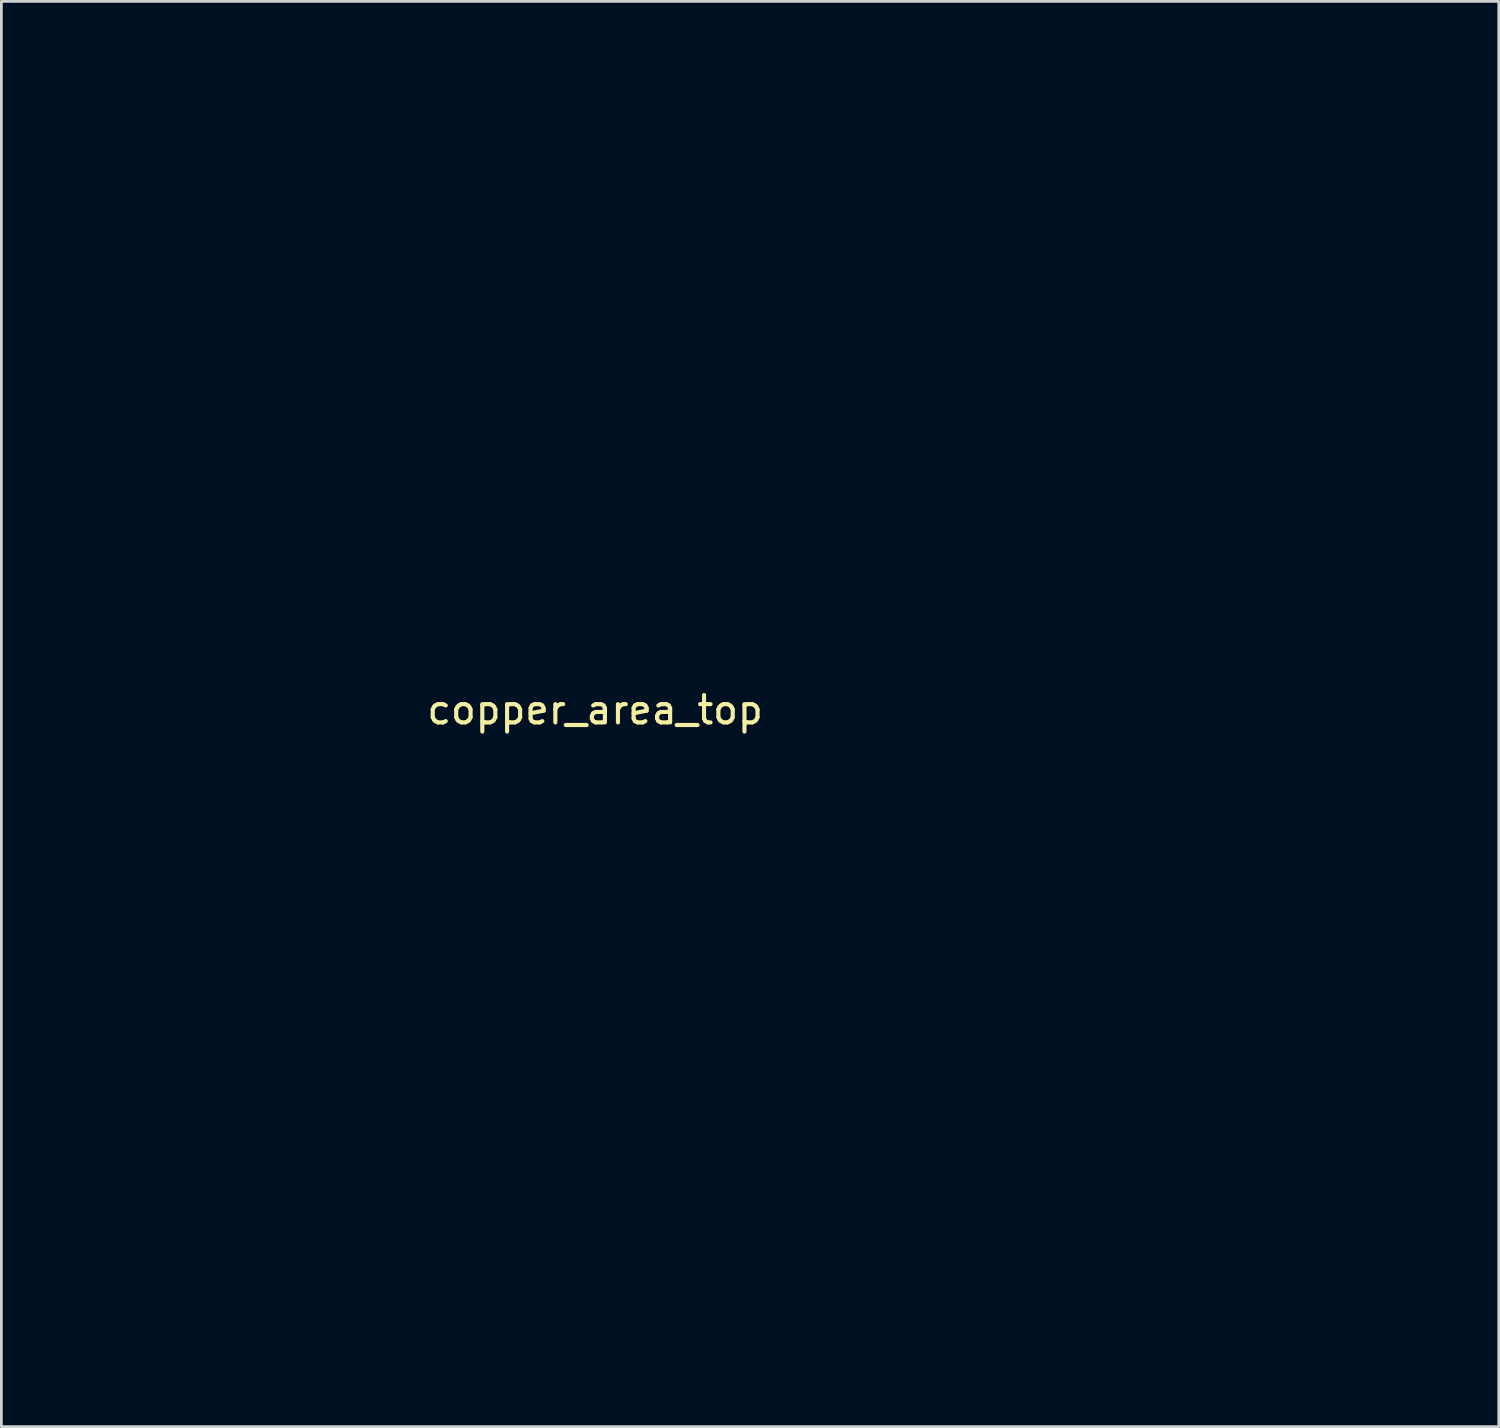
<source format=kicad_pcb>
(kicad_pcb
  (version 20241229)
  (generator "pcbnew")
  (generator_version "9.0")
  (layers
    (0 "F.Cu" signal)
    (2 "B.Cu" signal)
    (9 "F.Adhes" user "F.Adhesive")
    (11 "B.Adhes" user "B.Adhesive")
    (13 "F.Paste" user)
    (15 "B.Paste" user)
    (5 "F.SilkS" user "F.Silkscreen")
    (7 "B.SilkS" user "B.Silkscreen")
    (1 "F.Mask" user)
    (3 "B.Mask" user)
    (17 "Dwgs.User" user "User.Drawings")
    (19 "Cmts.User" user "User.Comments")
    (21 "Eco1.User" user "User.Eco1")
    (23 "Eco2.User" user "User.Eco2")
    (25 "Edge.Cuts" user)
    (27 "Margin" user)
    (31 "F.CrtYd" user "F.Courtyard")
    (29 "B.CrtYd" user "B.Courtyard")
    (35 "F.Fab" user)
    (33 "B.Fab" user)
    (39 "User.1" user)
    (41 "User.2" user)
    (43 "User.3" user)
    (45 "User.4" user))
  (footprint "copper_area_top"
    (layer "F.Cu")
    (at 18.677 22.369)
    (property "Reference" "copper_area_top" (at 0 0.5 0) (layer "F.SilkS") (effects (font (size 1 1) (thickness 0.15))))
    (attr through_hole)
    (fp_line (start -18.578 -5.929) (end -18.517 -8.046) (stroke (width 0.2) (type solid)) (layer "F.Mask"))
    (fp_line (start -18.578 -5.922) (end -18.577 -5.926) (stroke (width 0.2) (type solid)) (layer "F.Mask"))
    (fp_line (start -18.577 -5.926) (end -18.578 -5.929) (stroke (width 0.2) (type solid)) (layer "F.Mask"))
    (fp_line (start -18.517 -8.046) (end -18.516 -8.05) (stroke (width 0.2) (type solid)) (layer "F.Mask"))
    (fp_line (start -18.516 -8.053) (end -18.304 -10.16) (stroke (width 0.2) (type solid)) (layer "F.Mask"))
    (fp_line (start -18.516 -8.05) (end -18.516 -8.053) (stroke (width 0.2) (type solid)) (layer "F.Mask"))
    (fp_line (start -18.487 -3.806) (end -18.578 -5.922) (stroke (width 0.2) (type solid)) (layer "F.Mask"))
    (fp_line (start -18.486 -3.799) (end -18.486 -3.803) (stroke (width 0.2) (type solid)) (layer "F.Mask"))
    (fp_line (start -18.486 -3.803) (end -18.487 -3.806) (stroke (width 0.2) (type solid)) (layer "F.Mask"))
    (fp_line (start -18.304 -10.16) (end -18.303 -10.164) (stroke (width 0.2) (type solid)) (layer "F.Mask"))
    (fp_line (start -18.303 -10.167) (end -17.941 -12.254) (stroke (width 0.2) (type solid)) (layer "F.Mask"))
    (fp_line (start -18.303 -10.164) (end -18.303 -10.167) (stroke (width 0.2) (type solid)) (layer "F.Mask"))
    (fp_line (start -18.245 -1.695) (end -18.486 -3.799) (stroke (width 0.2) (type solid)) (layer "F.Mask"))
    (fp_line (start -18.244 -1.692) (end -18.245 -1.695) (stroke (width 0.2) (type solid)) (layer "F.Mask"))
    (fp_line (start -18.244 -1.688) (end -18.244 -1.692) (stroke (width 0.2) (type solid)) (layer "F.Mask"))
    (fp_line (start -17.941 -12.254) (end -17.939 -12.257) (stroke (width 0.2) (type solid)) (layer "F.Mask"))
    (fp_line (start -17.939 -12.257) (end -17.939 -12.261) (stroke (width 0.2) (type solid)) (layer "F.Mask"))
    (fp_line (start -17.939 -12.261) (end -17.429 -14.316) (stroke (width 0.2) (type solid)) (layer "F.Mask"))
    (fp_line (start -17.852 0.393) (end -18.244 -1.688) (stroke (width 0.2) (type solid)) (layer "F.Mask"))
    (fp_line (start -17.851 0.396) (end -17.852 0.393) (stroke (width 0.2) (type solid)) (layer "F.Mask"))
    (fp_line (start -17.851 0.4) (end -17.851 0.396) (stroke (width 0.2) (type solid)) (layer "F.Mask"))
    (fp_line (start -17.429 -14.316) (end -17.427 -14.319) (stroke (width 0.2) (type solid)) (layer "F.Mask"))
    (fp_line (start -17.427 -14.319) (end -17.427 -14.323) (stroke (width 0.2) (type solid)) (layer "F.Mask"))
    (fp_line (start -17.427 -14.323) (end -16.771 -16.336) (stroke (width 0.2) (type solid)) (layer "F.Mask"))
    (fp_line (start -17.312 2.448) (end -17.851 0.4) (stroke (width 0.2) (type solid)) (layer "F.Mask"))
    (fp_line (start -17.31 2.451) (end -17.312 2.448) (stroke (width 0.2) (type solid)) (layer "F.Mask"))
    (fp_line (start -17.31 2.455) (end -17.31 2.451) (stroke (width 0.2) (type solid)) (layer "F.Mask"))
    (fp_line (start -16.771 -16.336) (end -16.769 -16.34) (stroke (width 0.2) (type solid)) (layer "F.Mask"))
    (fp_line (start -16.769 -16.34) (end -16.768 -16.343) (stroke (width 0.2) (type solid)) (layer "F.Mask"))
    (fp_line (start -16.768 -16.343) (end -15.97 -18.304) (stroke (width 0.2) (type solid)) (layer "F.Mask"))
    (fp_line (start -16.625 4.459) (end -17.31 2.455) (stroke (width 0.2) (type solid)) (layer "F.Mask"))
    (fp_line (start -16.624 4.462) (end -16.625 4.459) (stroke (width 0.2) (type solid)) (layer "F.Mask"))
    (fp_line (start -16.623 4.465) (end -16.624 4.462) (stroke (width 0.2) (type solid)) (layer "F.Mask"))
    (fp_line (start -16.14 5.606) (end -16.623 4.465) (stroke (width 0.2) (type solid)) (layer "F.Mask"))
    (fp_line (start -16.14 5.606) (end -16.14 5.606) (stroke (width 0.2) (type solid)) (layer "F.Mask"))
    (fp_line (start -15.97 -18.304) (end -15.968 -18.308) (stroke (width 0.2) (type solid)) (layer "F.Mask"))
    (fp_line (start -15.968 -18.308) (end -15.967 -18.311) (stroke (width 0.2) (type solid)) (layer "F.Mask"))
    (fp_line (start -15.967 -18.311) (end -15.03 -20.21) (stroke (width 0.2) (type solid)) (layer "F.Mask"))
    (fp_line (start -15.797 6.415) (end -16.14 5.606) (stroke (width 0.2) (type solid)) (layer "F.Mask"))
    (fp_line (start -15.795 6.419) (end -15.797 6.415) (stroke (width 0.2) (type solid)) (layer "F.Mask"))
    (fp_line (start -15.794 6.422) (end -15.795 6.419) (stroke (width 0.2) (type solid)) (layer "F.Mask"))
    (fp_line (start -15.03 -20.21) (end -15.028 -20.213) (stroke (width 0.2) (type solid)) (layer "F.Mask"))
    (fp_line (start -15.028 -20.213) (end -15.027 -20.216) (stroke (width 0.2) (type solid)) (layer "F.Mask"))
    (fp_line (start -15.027 -20.216) (end -13.957 -22.044) (stroke (width 0.2) (type solid)) (layer "F.Mask"))
    (fp_line (start -14.831 8.308) (end -15.794 6.422) (stroke (width 0.2) (type solid)) (layer "F.Mask"))
    (fp_line (start -14.829 8.311) (end -14.831 8.308) (stroke (width 0.2) (type solid)) (layer "F.Mask"))
    (fp_line (start -14.828 8.314) (end -14.829 8.311) (stroke (width 0.2) (type solid)) (layer "F.Mask"))
    (fp_line (start -14.63 8.642) (end -14.828 8.314) (stroke (width 0.2) (type solid)) (layer "F.Mask"))
    (fp_line (start -14.63 8.642) (end -14.63 8.642) (stroke (width 0.2) (type solid)) (layer "F.Mask"))
    (fp_line (start -13.957 -22.044) (end -13.954 -22.047) (stroke (width 0.2) (type solid)) (layer "F.Mask"))
    (fp_line (start -13.954 -22.047) (end -13.953 -22.05) (stroke (width 0.2) (type solid)) (layer "F.Mask"))
    (fp_line (start -13.953 -22.05) (end -13.832 -22.226) (stroke (width 0.2) (type solid)) (layer "F.Mask"))
    (fp_line (start -13.832 -22.226) (end -13.825 -22.233) (stroke (width 0.2) (type solid)) (layer "F.Mask"))
    (fp_line (start -13.825 -22.233) (end -13.818 -22.242) (stroke (width 0.2) (type solid)) (layer "F.Mask"))
    (fp_line (start -13.818 -22.242) (end -13.813 -22.246) (stroke (width 0.2) (type solid)) (layer "F.Mask"))
    (fp_line (start -13.813 -22.246) (end -13.808 -22.25) (stroke (width 0.2) (type solid)) (layer "F.Mask"))
    (fp_line (start -13.808 -22.25) (end -13.798 -22.255) (stroke (width 0.2) (type solid)) (layer "F.Mask"))
    (fp_line (start -13.798 -22.255) (end -13.789 -22.261) (stroke (width 0.2) (type solid)) (layer "F.Mask"))
    (fp_line (start -13.789 -22.261) (end -13.783 -22.262) (stroke (width 0.2) (type solid)) (layer "F.Mask"))
    (fp_line (start -13.783 -22.262) (end -13.777 -22.265) (stroke (width 0.2) (type solid)) (layer "F.Mask"))
    (fp_line (start -13.777 -22.265) (end -13.766 -22.266) (stroke (width 0.2) (type solid)) (layer "F.Mask"))
    (fp_line (start -13.766 -22.266) (end -13.755 -22.269) (stroke (width 0.2) (type solid)) (layer "F.Mask"))
    (fp_line (start -13.755 -22.269) (end -13.749 -22.268) (stroke (width 0.2) (type solid)) (layer "F.Mask"))
    (fp_line (start -13.749 -22.268) (end -13.742 -22.269) (stroke (width 0.2) (type solid)) (layer "F.Mask"))
    (fp_line (start -13.742 -22.269) (end -13.732 -22.266) (stroke (width 0.2) (type solid)) (layer "F.Mask"))
    (fp_line (start -13.732 10.127) (end -14.63 8.642) (stroke (width 0.2) (type solid)) (layer "F.Mask"))
    (fp_line (start -13.732 -22.266) (end -13.721 -22.265) (stroke (width 0.2) (type solid)) (layer "F.Mask"))
    (fp_line (start -13.73 10.129) (end -13.732 10.127) (stroke (width 0.2) (type solid)) (layer "F.Mask"))
    (fp_line (start -13.728 10.133) (end -13.73 10.129) (stroke (width 0.2) (type solid)) (layer "F.Mask"))
    (fp_line (start -13.721 -22.265) (end 16.051 -13.115) (stroke (width 0.2) (type solid)) (layer "F.Mask"))
    (fp_line (start -13.717 10.148) (end -13.728 10.133) (stroke (width 0.2) (type solid)) (layer "F.Mask"))
    (fp_line (start -12.506 11.862) (end -13.717 10.148) (stroke (width 0.2) (type solid)) (layer "F.Mask"))
    (fp_line (start -12.503 11.865) (end -12.506 11.862) (stroke (width 0.2) (type solid)) (layer "F.Mask"))
    (fp_line (start -12.502 11.868) (end -12.503 11.865) (stroke (width 0.2) (type solid)) (layer "F.Mask"))
    (fp_line (start -11.159 13.505) (end -12.502 11.868) (stroke (width 0.2) (type solid)) (layer "F.Mask"))
    (fp_line (start -11.156 13.508) (end -11.159 13.505) (stroke (width 0.2) (type solid)) (layer "F.Mask"))
    (fp_line (start -11.154 13.511) (end -11.156 13.508) (stroke (width 0.2) (type solid)) (layer "F.Mask"))
    (fp_line (start -9.698 15.048) (end -11.154 13.511) (stroke (width 0.2) (type solid)) (layer "F.Mask"))
    (fp_line (start -9.695 15.05) (end -9.698 15.048) (stroke (width 0.2) (type solid)) (layer "F.Mask"))
    (fp_line (start -9.693 15.053) (end -9.695 15.05) (stroke (width 0.2) (type solid)) (layer "F.Mask"))
    (fp_line (start -8.13 16.482) (end -9.693 15.053) (stroke (width 0.2) (type solid)) (layer "F.Mask"))
    (fp_line (start -8.127 16.484) (end -8.13 16.482) (stroke (width 0.2) (type solid)) (layer "F.Mask"))
    (fp_line (start -8.125 16.487) (end -8.127 16.484) (stroke (width 0.2) (type solid)) (layer "F.Mask"))
    (fp_line (start -6.464 17.801) (end -8.125 16.487) (stroke (width 0.2) (type solid)) (layer "F.Mask"))
    (fp_line (start -6.461 17.803) (end -6.464 17.801) (stroke (width 0.2) (type solid)) (layer "F.Mask"))
    (fp_line (start -6.458 17.805) (end -6.461 17.803) (stroke (width 0.2) (type solid)) (layer "F.Mask"))
    (fp_line (start -6.246 17.95) (end -6.458 17.805) (stroke (width 0.2) (type solid)) (layer "F.Mask"))
    (fp_line (start -6.246 17.95) (end -6.246 17.95) (stroke (width 0.2) (type solid)) (layer "F.Mask"))
    (fp_line (start -4.708 18.997) (end -6.246 17.95) (stroke (width 0.2) (type solid)) (layer "F.Mask"))
    (fp_line (start -4.704 18.998) (end -4.708 18.997) (stroke (width 0.2) (type solid)) (layer "F.Mask"))
    (fp_line (start -4.702 19.001) (end -4.704 18.998) (stroke (width 0.2) (type solid)) (layer "F.Mask"))
    (fp_line (start -2.87 20.064) (end -4.702 19.001) (stroke (width 0.2) (type solid)) (layer "F.Mask"))
    (fp_line (start -2.867 20.066) (end -2.87 20.064) (stroke (width 0.2) (type solid)) (layer "F.Mask"))
    (fp_line (start -2.864 20.068) (end -2.867 20.066) (stroke (width 0.2) (type solid)) (layer "F.Mask"))
    (fp_line (start -0.962 20.998) (end -2.864 20.068) (stroke (width 0.2) (type solid)) (layer "F.Mask"))
    (fp_line (start -0.958 20.999) (end -0.962 20.998) (stroke (width 0.2) (type solid)) (layer "F.Mask"))
    (fp_line (start -0.955 21.001) (end -0.958 20.999) (stroke (width 0.2) (type solid)) (layer "F.Mask"))
    (fp_line (start 1.009 21.792) (end -0.955 21.001) (stroke (width 0.2) (type solid)) (layer "F.Mask"))
    (fp_line (start 1.013 21.793) (end 1.009 21.792) (stroke (width 0.2) (type solid)) (layer "F.Mask"))
    (fp_line (start 1.016 21.795) (end 1.013 21.793) (stroke (width 0.2) (type solid)) (layer "F.Mask"))
    (fp_line (start 3.032 22.444) (end 1.016 21.795) (stroke (width 0.2) (type solid)) (layer "F.Mask"))
    (fp_line (start 3.035 22.444) (end 3.032 22.444) (stroke (width 0.2) (type solid)) (layer "F.Mask"))
    (fp_line (start 3.038 22.446) (end 3.035 22.444) (stroke (width 0.2) (type solid)) (layer "F.Mask"))
    (fp_line (start 5.095 22.949) (end 3.038 22.446) (stroke (width 0.2) (type solid)) (layer "F.Mask"))
    (fp_line (start 5.099 22.949) (end 5.095 22.949) (stroke (width 0.2) (type solid)) (layer "F.Mask"))
    (fp_line (start 5.102 22.951) (end 5.099 22.949) (stroke (width 0.2) (type solid)) (layer "F.Mask"))
    (fp_line (start 7.19 23.306) (end 5.102 22.951) (stroke (width 0.2) (type solid)) (layer "F.Mask"))
    (fp_line (start 7.194 23.306) (end 7.19 23.306) (stroke (width 0.2) (type solid)) (layer "F.Mask"))
    (fp_line (start 7.197 23.307) (end 7.194 23.306) (stroke (width 0.2) (type solid)) (layer "F.Mask"))
    (fp_line (start 9.305 23.511) (end 7.197 23.307) (stroke (width 0.2) (type solid)) (layer "F.Mask"))
    (fp_line (start 9.309 23.511) (end 9.305 23.511) (stroke (width 0.2) (type solid)) (layer "F.Mask"))
    (fp_line (start 9.312 23.512) (end 9.309 23.511) (stroke (width 0.2) (type solid)) (layer "F.Mask"))
    (fp_line (start 11.429 23.565) (end 9.312 23.512) (stroke (width 0.2) (type solid)) (layer "F.Mask"))
    (fp_line (start 11.433 23.565) (end 11.429 23.565) (stroke (width 0.2) (type solid)) (layer "F.Mask"))
    (fp_line (start 11.437 23.565) (end 11.433 23.565) (stroke (width 0.2) (type solid)) (layer "F.Mask"))
    (fp_line (start 13.552 23.467) (end 11.437 23.565) (stroke (width 0.2) (type solid)) (layer "F.Mask"))
    (fp_line (start 13.556 23.467) (end 13.552 23.467) (stroke (width 0.2) (type solid)) (layer "F.Mask"))
    (fp_line (start 13.559 23.467) (end 13.556 23.467) (stroke (width 0.2) (type solid)) (layer "F.Mask"))
    (fp_line (start 15.623 5.956) (end 15.624 5.965) (stroke (width 0.2) (type solid)) (layer "F.Mask"))
    (fp_line (start 15.624 5.965) (end 15.632 5.967) (stroke (width 0.2) (type solid)) (layer "F.Mask"))
    (fp_line (start 15.632 5.967) (end 18.616 5.967) (stroke (width 0.2) (type solid)) (layer "F.Mask"))
    (fp_line (start 15.662 23.218) (end 13.559 23.467) (stroke (width 0.2) (type solid)) (layer "F.Mask"))
    (fp_line (start 15.666 23.217) (end 15.662 23.218) (stroke (width 0.2) (type solid)) (layer "F.Mask"))
    (fp_line (start 15.669 23.217) (end 15.666 23.217) (stroke (width 0.2) (type solid)) (layer "F.Mask"))
    (fp_line (start 16.051 -13.115) (end 16.061 -13.11) (stroke (width 0.2) (type solid)) (layer "F.Mask"))
    (fp_line (start 16.061 -13.11) (end 16.072 -13.106) (stroke (width 0.2) (type solid)) (layer "F.Mask"))
    (fp_line (start 16.072 -13.106) (end 16.077 -13.102) (stroke (width 0.2) (type solid)) (layer "F.Mask"))
    (fp_line (start 16.077 -13.102) (end 16.082 -13.099) (stroke (width 0.2) (type solid)) (layer "F.Mask"))
    (fp_line (start 16.082 -13.099) (end 16.09 -13.091) (stroke (width 0.2) (type solid)) (layer "F.Mask"))
    (fp_line (start 16.09 -13.091) (end 16.099 -13.084) (stroke (width 0.2) (type solid)) (layer "F.Mask"))
    (fp_line (start 16.099 -13.084) (end 16.102 -13.079) (stroke (width 0.2) (type solid)) (layer "F.Mask"))
    (fp_line (start 16.102 -13.079) (end 16.106 -13.074) (stroke (width 0.2) (type solid)) (layer "F.Mask"))
    (fp_line (start 16.106 -13.074) (end 16.11 -13.064) (stroke (width 0.2) (type solid)) (layer "F.Mask"))
    (fp_line (start 16.11 -13.064) (end 16.116 -13.054) (stroke (width 0.2) (type solid)) (layer "F.Mask"))
    (fp_line (start 16.116 -13.054) (end 16.117 -13.048) (stroke (width 0.2) (type solid)) (layer "F.Mask"))
    (fp_line (start 16.117 -13.048) (end 16.119 -13.042) (stroke (width 0.2) (type solid)) (layer "F.Mask"))
    (fp_line (start 16.119 -13.042) (end 16.12 -13.031) (stroke (width 0.2) (type solid)) (layer "F.Mask"))
    (fp_line (start 16.12 -13.031) (end 16.122 -13.02) (stroke (width 0.2) (type solid)) (layer "F.Mask"))
    (fp_line (start 16.122 -13.02) (end 16.122 -7.342) (stroke (width 0.2) (type solid)) (layer "F.Mask"))
    (fp_line (start 16.122 -7.342) (end 16.123 -7.335) (stroke (width 0.2) (type solid)) (layer "F.Mask"))
    (fp_line (start 16.122 -4.823) (end 15.623 5.956) (stroke (width 0.2) (type solid)) (layer "F.Mask"))
    (fp_line (start 16.123 -7.335) (end 16.132 -7.333) (stroke (width 0.2) (type solid)) (layer "F.Mask"))
    (fp_line (start 16.124 -4.832) (end 16.122 -4.823) (stroke (width 0.2) (type solid)) (layer "F.Mask"))
    (fp_line (start 16.124 -4.832) (end 16.124 -4.832) (stroke (width 0.2) (type solid)) (layer "F.Mask"))
    (fp_line (start 16.13 -4.833) (end 16.124 -4.832) (stroke (width 0.2) (type solid)) (layer "F.Mask"))
    (fp_line (start 16.132 -7.333) (end 18.768 -7.26) (stroke (width 0.2) (type solid)) (layer "F.Mask"))
    (fp_line (start 17.749 22.818) (end 15.669 23.217) (stroke (width 0.2) (type solid)) (layer "F.Mask"))
    (fp_line (start 17.752 22.817) (end 17.749 22.818) (stroke (width 0.2) (type solid)) (layer "F.Mask"))
    (fp_line (start 17.756 22.817) (end 17.752 22.817) (stroke (width 0.2) (type solid)) (layer "F.Mask"))
    (fp_line (start 18.616 5.967) (end 18.626 5.969) (stroke (width 0.2) (type solid)) (layer "F.Mask"))
    (fp_line (start 18.622 14.462) (end 18.622 14.462) (stroke (width 0.2) (type solid)) (layer "F.Mask"))
    (fp_line (start 18.622 14.462) (end 18.623 14.466) (stroke (width 0.2) (type solid)) (layer "F.Mask"))
    (fp_line (start 18.623 14.466) (end 18.632 14.469) (stroke (width 0.2) (type solid)) (layer "F.Mask"))
    (fp_line (start 18.626 5.969) (end 18.635 5.969) (stroke (width 0.2) (type solid)) (layer "F.Mask"))
    (fp_line (start 18.632 14.469) (end 29.809 16.718) (stroke (width 0.2) (type solid)) (layer "F.Mask"))
    (fp_line (start 18.635 5.969) (end 18.643 5.972) (stroke (width 0.2) (type solid)) (layer "F.Mask"))
    (fp_line (start 18.643 5.972) (end 18.651 5.973) (stroke (width 0.2) (type solid)) (layer "F.Mask"))
    (fp_line (start 18.651 5.973) (end 18.659 5.978) (stroke (width 0.2) (type solid)) (layer "F.Mask"))
    (fp_line (start 18.659 5.978) (end 18.667 5.981) (stroke (width 0.2) (type solid)) (layer "F.Mask"))
    (fp_line (start 18.667 5.981) (end 18.674 5.986) (stroke (width 0.2) (type solid)) (layer "F.Mask"))
    (fp_line (start 18.674 5.986) (end 18.681 5.99) (stroke (width 0.2) (type solid)) (layer "F.Mask"))
    (fp_line (start 18.681 5.99) (end 18.687 5.998) (stroke (width 0.2) (type solid)) (layer "F.Mask"))
    (fp_line (start 18.687 5.998) (end 18.694 6.004) (stroke (width 0.2) (type solid)) (layer "F.Mask"))
    (fp_line (start 18.694 6.004) (end 18.698 6.011) (stroke (width 0.2) (type solid)) (layer "F.Mask"))
    (fp_line (start 18.698 6.011) (end 18.703 6.017) (stroke (width 0.2) (type solid)) (layer "F.Mask"))
    (fp_line (start 18.703 6.017) (end 18.706 6.026) (stroke (width 0.2) (type solid)) (layer "F.Mask"))
    (fp_line (start 18.706 6.026) (end 18.711 6.034) (stroke (width 0.2) (type solid)) (layer "F.Mask"))
    (fp_line (start 18.711 6.034) (end 18.712 6.042) (stroke (width 0.2) (type solid)) (layer "F.Mask"))
    (fp_line (start 18.712 6.042) (end 18.715 6.05) (stroke (width 0.2) (type solid)) (layer "F.Mask"))
    (fp_line (start 18.715 6.05) (end 18.715 6.059) (stroke (width 0.2) (type solid)) (layer "F.Mask"))
    (fp_line (start 18.715 6.059) (end 18.716 6.068) (stroke (width 0.2) (type solid)) (layer "F.Mask"))
    (fp_line (start 18.716 6.068) (end 18.622 14.462) (stroke (width 0.2) (type solid)) (layer "F.Mask"))
    (fp_line (start 18.744 -4.923) (end 16.13 -4.833) (stroke (width 0.2) (type solid)) (layer "F.Mask"))
    (fp_line (start 18.751 -4.925) (end 18.744 -4.923) (stroke (width 0.2) (type solid)) (layer "F.Mask"))
    (fp_line (start 18.757 -4.925) (end 18.751 -4.925) (stroke (width 0.2) (type solid)) (layer "F.Mask"))
    (fp_line (start 18.768 -7.26) (end 18.776 -7.258) (stroke (width 0.2) (type solid)) (layer "F.Mask"))
    (fp_line (start 18.768 -4.928) (end 18.757 -4.925) (stroke (width 0.2) (type solid)) (layer "F.Mask"))
    (fp_line (start 18.776 -7.258) (end 18.783 -7.258) (stroke (width 0.2) (type solid)) (layer "F.Mask"))
    (fp_line (start 18.778 -4.931) (end 18.768 -4.928) (stroke (width 0.2) (type solid)) (layer "F.Mask"))
    (fp_line (start 18.783 -7.258) (end 18.792 -7.255) (stroke (width 0.2) (type solid)) (layer "F.Mask"))
    (fp_line (start 18.784 -4.934) (end 18.778 -4.931) (stroke (width 0.2) (type solid)) (layer "F.Mask"))
    (fp_line (start 18.79 -4.936) (end 18.784 -4.934) (stroke (width 0.2) (type solid)) (layer "F.Mask"))
    (fp_line (start 18.792 -7.255) (end 18.802 -7.253) (stroke (width 0.2) (type solid)) (layer "F.Mask"))
    (fp_line (start 18.799 -4.943) (end 18.79 -4.936) (stroke (width 0.2) (type solid)) (layer "F.Mask"))
    (fp_line (start 18.802 -7.253) (end 18.809 -7.248) (stroke (width 0.2) (type solid)) (layer "F.Mask"))
    (fp_line (start 18.808 -4.949) (end 18.799 -4.943) (stroke (width 0.2) (type solid)) (layer "F.Mask"))
    (fp_line (start 18.809 -7.248) (end 18.816 -7.246) (stroke (width 0.2) (type solid)) (layer "F.Mask"))
    (fp_line (start 18.812 -4.954) (end 18.808 -4.949) (stroke (width 0.2) (type solid)) (layer "F.Mask"))
    (fp_line (start 18.816 -7.246) (end 18.823 -7.239) (stroke (width 0.2) (type solid)) (layer "F.Mask"))
    (fp_line (start 18.817 -4.958) (end 18.812 -4.954) (stroke (width 0.2) (type solid)) (layer "F.Mask"))
    (fp_line (start 18.822 -4.968) (end 18.817 -4.958) (stroke (width 0.2) (type solid)) (layer "F.Mask"))
    (fp_line (start 18.823 -7.239) (end 18.831 -7.234) (stroke (width 0.2) (type solid)) (layer "F.Mask"))
    (fp_line (start 18.829 -4.976) (end 18.822 -4.968) (stroke (width 0.2) (type solid)) (layer "F.Mask"))
    (fp_line (start 18.831 -7.234) (end 18.836 -7.228) (stroke (width 0.2) (type solid)) (layer "F.Mask"))
    (fp_line (start 18.831 -4.983) (end 18.829 -4.976) (stroke (width 0.2) (type solid)) (layer "F.Mask"))
    (fp_line (start 18.835 -4.988) (end 18.831 -4.983) (stroke (width 0.2) (type solid)) (layer "F.Mask"))
    (fp_line (start 18.836 -7.228) (end 18.842 -7.223) (stroke (width 0.2) (type solid)) (layer "F.Mask"))
    (fp_line (start 18.837 -4.999) (end 18.835 -4.988) (stroke (width 0.2) (type solid)) (layer "F.Mask"))
    (fp_line (start 18.84 -5.016) (end 18.84 -5.009) (stroke (width 0.2) (type solid)) (layer "F.Mask"))
    (fp_line (start 18.84 -5.009) (end 18.837 -4.999) (stroke (width 0.2) (type solid)) (layer "F.Mask"))
    (fp_line (start 18.841 -5.022) (end 18.84 -5.016) (stroke (width 0.2) (type solid)) (layer "F.Mask"))
    (fp_line (start 18.842 -7.223) (end 18.847 -7.215) (stroke (width 0.2) (type solid)) (layer "F.Mask"))
    (fp_line (start 18.847 -7.215) (end 18.853 -7.207) (stroke (width 0.2) (type solid)) (layer "F.Mask"))
    (fp_line (start 18.853 -7.207) (end 18.855 -7.2) (stroke (width 0.2) (type solid)) (layer "F.Mask"))
    (fp_line (start 18.855 -7.2) (end 18.859 -7.193) (stroke (width 0.2) (type solid)) (layer "F.Mask"))
    (fp_line (start 18.859 -7.193) (end 18.861 -7.183) (stroke (width 0.2) (type solid)) (layer "F.Mask"))
    (fp_line (start 18.861 -7.183) (end 18.864 -7.174) (stroke (width 0.2) (type solid)) (layer "F.Mask"))
    (fp_line (start 18.864 -7.174) (end 18.864 -7.166) (stroke (width 0.2) (type solid)) (layer "F.Mask"))
    (fp_line (start 18.864 -7.166) (end 18.865 -7.158) (stroke (width 0.2) (type solid)) (layer "F.Mask"))
    (fp_line (start 18.865 -7.158) (end 18.841 -5.022) (stroke (width 0.2) (type solid)) (layer "F.Mask"))
    (fp_line (start 19.802 22.27) (end 17.756 22.817) (stroke (width 0.2) (type solid)) (layer "F.Mask"))
    (fp_line (start 19.805 22.269) (end 19.802 22.27) (stroke (width 0.2) (type solid)) (layer "F.Mask"))
    (fp_line (start 19.809 22.268) (end 19.805 22.269) (stroke (width 0.2) (type solid)) (layer "F.Mask"))
    (fp_line (start 21.811 21.577) (end 19.809 22.268) (stroke (width 0.2) (type solid)) (layer "F.Mask"))
    (fp_line (start 21.814 21.575) (end 21.811 21.577) (stroke (width 0.2) (type solid)) (layer "F.Mask"))
    (fp_line (start 21.817 21.574) (end 21.814 21.575) (stroke (width 0.2) (type solid)) (layer "F.Mask"))
    (fp_line (start 23.764 20.742) (end 21.817 21.574) (stroke (width 0.2) (type solid)) (layer "F.Mask"))
    (fp_line (start 23.767 20.74) (end 23.764 20.742) (stroke (width 0.2) (type solid)) (layer "F.Mask"))
    (fp_line (start 23.771 20.739) (end 23.767 20.74) (stroke (width 0.2) (type solid)) (layer "F.Mask"))
    (fp_line (start 25.654 19.769) (end 23.771 20.739) (stroke (width 0.2) (type solid)) (layer "F.Mask"))
    (fp_line (start 25.656 19.767) (end 25.654 19.769) (stroke (width 0.2) (type solid)) (layer "F.Mask"))
    (fp_line (start 25.66 19.766) (end 25.656 19.767) (stroke (width 0.2) (type solid)) (layer "F.Mask"))
    (fp_line (start 27.468 18.664) (end 25.66 19.766) (stroke (width 0.2) (type solid)) (layer "F.Mask"))
    (fp_line (start 27.471 18.662) (end 27.468 18.664) (stroke (width 0.2) (type solid)) (layer "F.Mask"))
    (fp_line (start 27.474 18.66) (end 27.471 18.662) (stroke (width 0.2) (type solid)) (layer "F.Mask"))
    (fp_line (start 29.199 17.432) (end 27.474 18.66) (stroke (width 0.2) (type solid)) (layer "F.Mask"))
    (fp_line (start 29.202 17.429) (end 29.199 17.432) (stroke (width 0.2) (type solid)) (layer "F.Mask"))
    (fp_line (start 29.205 17.427) (end 29.202 17.429) (stroke (width 0.2) (type solid)) (layer "F.Mask"))
    (fp_line (start 29.809 16.718) (end 29.816 16.72) (stroke (width 0.2) (type solid)) (layer "F.Mask"))
    (fp_line (start 29.816 16.72) (end 29.824 16.722) (stroke (width 0.2) (type solid)) (layer "F.Mask"))
    (fp_line (start 29.824 16.722) (end 29.832 16.727) (stroke (width 0.2) (type solid)) (layer "F.Mask"))
    (fp_line (start 29.832 16.727) (end 29.841 16.73) (stroke (width 0.2) (type solid)) (layer "F.Mask"))
    (fp_line (start 29.841 16.73) (end 29.847 16.735) (stroke (width 0.2) (type solid)) (layer "F.Mask"))
    (fp_line (start 29.847 16.735) (end 29.854 16.739) (stroke (width 0.2) (type solid)) (layer "F.Mask"))
    (fp_line (start 29.852 16.893) (end 29.205 17.427) (stroke (width 0.2) (type solid)) (layer "F.Mask"))
    (fp_line (start 29.854 16.739) (end 29.86 16.747) (stroke (width 0.2) (type solid)) (layer "F.Mask"))
    (fp_line (start 29.858 16.887) (end 29.852 16.893) (stroke (width 0.2) (type solid)) (layer "F.Mask"))
    (fp_line (start 29.86 16.747) (end 29.867 16.753) (stroke (width 0.2) (type solid)) (layer "F.Mask"))
    (fp_line (start 29.864 16.882) (end 29.858 16.887) (stroke (width 0.2) (type solid)) (layer "F.Mask"))
    (fp_line (start 29.867 16.753) (end 29.871 16.76) (stroke (width 0.2) (type solid)) (layer "F.Mask"))
    (fp_line (start 29.869 16.874) (end 29.864 16.882) (stroke (width 0.2) (type solid)) (layer "F.Mask"))
    (fp_line (start 29.871 16.76) (end 29.876 16.766) (stroke (width 0.2) (type solid)) (layer "F.Mask"))
    (fp_line (start 29.875 16.866) (end 29.869 16.874) (stroke (width 0.2) (type solid)) (layer "F.Mask"))
    (fp_line (start 29.876 16.766) (end 29.879 16.775) (stroke (width 0.2) (type solid)) (layer "F.Mask"))
    (fp_line (start 29.878 16.859) (end 29.875 16.866) (stroke (width 0.2) (type solid)) (layer "F.Mask"))
    (fp_line (start 29.879 16.775) (end 29.884 16.784) (stroke (width 0.2) (type solid)) (layer "F.Mask"))
    (fp_line (start 29.882 16.852) (end 29.878 16.859) (stroke (width 0.2) (type solid)) (layer "F.Mask"))
    (fp_line (start 29.884 16.784) (end 29.885 16.792) (stroke (width 0.2) (type solid)) (layer "F.Mask"))
    (fp_line (start 29.884 16.843) (end 29.882 16.852) (stroke (width 0.2) (type solid)) (layer "F.Mask"))
    (fp_line (start 29.885 16.792) (end 29.887 16.799) (stroke (width 0.2) (type solid)) (layer "F.Mask"))
    (fp_line (start 29.887 16.799) (end 29.887 16.809) (stroke (width 0.2) (type solid)) (layer "F.Mask"))
    (fp_line (start 29.887 16.809) (end 29.889 16.818) (stroke (width 0.2) (type solid)) (layer "F.Mask"))
    (fp_line (start 29.887 16.826) (end 29.887 16.834) (stroke (width 0.2) (type solid)) (layer "F.Mask"))
    (fp_line (start 29.887 16.834) (end 29.884 16.843) (stroke (width 0.2) (type solid)) (layer "F.Mask"))
    (fp_line (start 29.889 16.818) (end 29.887 16.826) (stroke (width 0.2) (type solid)) (layer "F.Mask")))
  (gr_rect
    (start -3 -3)
    (end 51.666 49.034)
    (stroke (width 0.1) (type default))
    (fill no)
    (layer "Edge.Cuts")))
</source>
